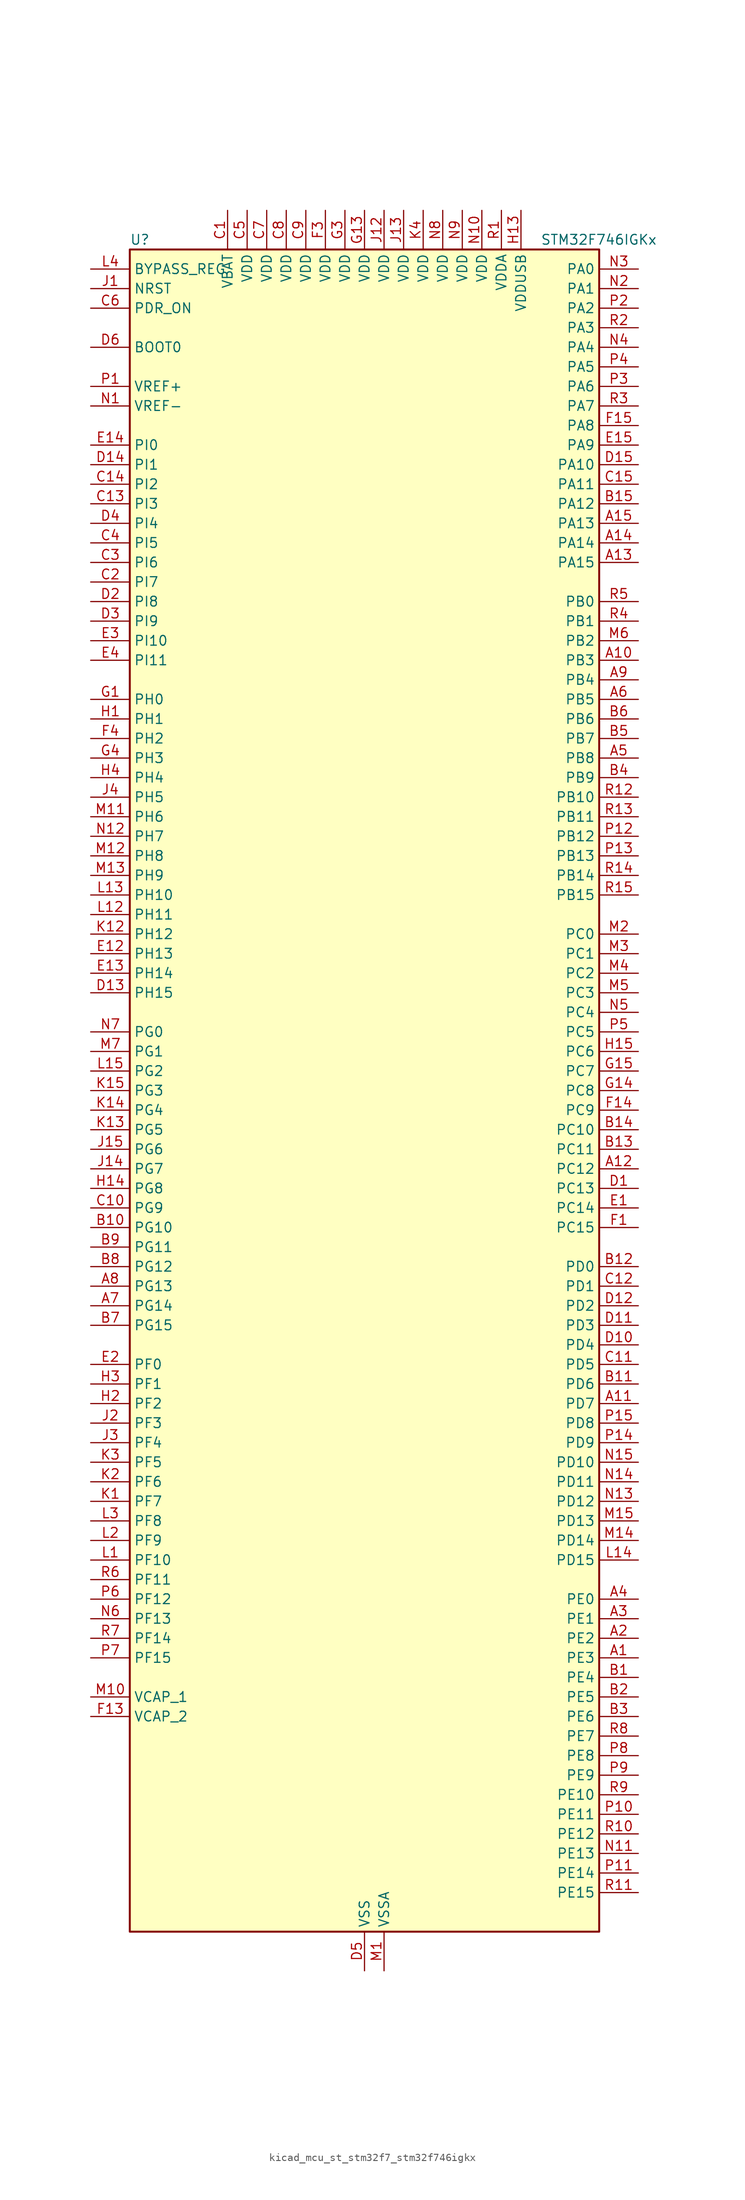
<source format=kicad_sym>
(kicad_symbol_lib
  (version 20220914)
  (generator kicad_symbol_editor)
  (symbol "kicad_mcu_st_stm32f7_stm32f746igkx"
    (property "Reference" "U"
      (at -30.48 110.49 0)
      (effects (font (size 1.27 1.27)) (justify left)))
    (property "Value" "STM32F746IGKx"
      (at 22.86 110.49 0)
      (effects (font (size 1.27 1.27)) (justify left)))
    (property "ki_locked" ""
      (at 0 0 0)
      (effects (font (size 1.27 1.27))))
    (symbol "kicad_mcu_st_stm32f7_stm32f746igkx_0_1"
      (rectangle (start -30.48 -109.22) (end 30.48 109.22) (stroke (width 0.254) (type default)) (fill (type background))))
    (symbol "kicad_mcu_st_stm32f7_stm32f746igkx_1_1"
      (pin bidirectional line (at 35.56 -73.66 180) (length 5.08) (name "PE3" (effects (font (size 1.27 1.27)))) (number "A1" (effects (font (size 1.27 1.27)))) (alternate "FMC_A19" bidirectional line) (alternate "SAI1_SD_B" bidirectional line) (alternate "SYS_TRACED0" bidirectional line))
      (pin bidirectional line (at 35.56 55.88 180) (length 5.08) (name "PB3" (effects (font (size 1.27 1.27)))) (number "A10" (effects (font (size 1.27 1.27)))) (alternate "I2S1_CK" bidirectional line) (alternate "I2S3_CK" bidirectional line) (alternate "SPI1_SCK" bidirectional line) (alternate "SPI3_SCK" bidirectional line) (alternate "SYS_JTDO-SWO" bidirectional line) (alternate "TIM2_CH2" bidirectional line))
      (pin bidirectional line (at 35.56 -40.64 180) (length 5.08) (name "PD7" (effects (font (size 1.27 1.27)))) (number "A11" (effects (font (size 1.27 1.27)))) (alternate "FMC_NE1" bidirectional line) (alternate "SPDIFRX_IN0" bidirectional line) (alternate "USART2_CK" bidirectional line))
      (pin bidirectional line (at 35.56 -10.16 180) (length 5.08) (name "PC12" (effects (font (size 1.27 1.27)))) (number "A12" (effects (font (size 1.27 1.27)))) (alternate "DCMI_D9" bidirectional line) (alternate "I2S3_SD" bidirectional line) (alternate "SDMMC1_CK" bidirectional line) (alternate "SPI3_MOSI" bidirectional line) (alternate "SYS_TRACED3" bidirectional line) (alternate "UART5_TX" bidirectional line) (alternate "USART3_CK" bidirectional line))
      (pin bidirectional line (at 35.56 68.58 180) (length 5.08) (name "PA15" (effects (font (size 1.27 1.27)))) (number "A13" (effects (font (size 1.27 1.27)))) (alternate "CEC" bidirectional line) (alternate "I2S1_WS" bidirectional line) (alternate "I2S3_WS" bidirectional line) (alternate "SPI1_NSS" bidirectional line) (alternate "SPI3_NSS" bidirectional line) (alternate "SYS_JTDI" bidirectional line) (alternate "TIM2_CH1" bidirectional line) (alternate "TIM2_ETR" bidirectional line) (alternate "UART4_DE" bidirectional line) (alternate "UART4_RTS" bidirectional line))
      (pin bidirectional line (at 35.56 71.12 180) (length 5.08) (name "PA14" (effects (font (size 1.27 1.27)))) (number "A14" (effects (font (size 1.27 1.27)))) (alternate "SYS_JTCK-SWCLK" bidirectional line))
      (pin bidirectional line (at 35.56 73.66 180) (length 5.08) (name "PA13" (effects (font (size 1.27 1.27)))) (number "A15" (effects (font (size 1.27 1.27)))) (alternate "SYS_JTMS-SWDIO" bidirectional line))
      (pin bidirectional line (at 35.56 -71.12 180) (length 5.08) (name "PE2" (effects (font (size 1.27 1.27)))) (number "A2" (effects (font (size 1.27 1.27)))) (alternate "ETH_TXD3" bidirectional line) (alternate "FMC_A23" bidirectional line) (alternate "QUADSPI_BK1_IO2" bidirectional line) (alternate "SAI1_MCLK_A" bidirectional line) (alternate "SPI4_SCK" bidirectional line) (alternate "SYS_TRACECLK" bidirectional line))
      (pin bidirectional line (at 35.56 -68.58 180) (length 5.08) (name "PE1" (effects (font (size 1.27 1.27)))) (number "A3" (effects (font (size 1.27 1.27)))) (alternate "DCMI_D3" bidirectional line) (alternate "FMC_NBL1" bidirectional line) (alternate "LPTIM1_IN2" bidirectional line) (alternate "UART8_TX" bidirectional line))
      (pin bidirectional line (at 35.56 -66.04 180) (length 5.08) (name "PE0" (effects (font (size 1.27 1.27)))) (number "A4" (effects (font (size 1.27 1.27)))) (alternate "DCMI_D2" bidirectional line) (alternate "FMC_NBL0" bidirectional line) (alternate "LPTIM1_ETR" bidirectional line) (alternate "SAI2_MCLK_A" bidirectional line) (alternate "TIM4_ETR" bidirectional line) (alternate "UART8_RX" bidirectional line))
      (pin bidirectional line (at 35.56 43.18 180) (length 5.08) (name "PB8" (effects (font (size 1.27 1.27)))) (number "A5" (effects (font (size 1.27 1.27)))) (alternate "CAN1_RX" bidirectional line) (alternate "DCMI_D6" bidirectional line) (alternate "ETH_TXD3" bidirectional line) (alternate "I2C1_SCL" bidirectional line) (alternate "LTDC_B6" bidirectional line) (alternate "SDMMC1_D4" bidirectional line) (alternate "TIM10_CH1" bidirectional line) (alternate "TIM4_CH3" bidirectional line))
      (pin bidirectional line (at 35.56 50.8 180) (length 5.08) (name "PB5" (effects (font (size 1.27 1.27)))) (number "A6" (effects (font (size 1.27 1.27)))) (alternate "CAN2_RX" bidirectional line) (alternate "DCMI_D10" bidirectional line) (alternate "ETH_PPS_OUT" bidirectional line) (alternate "FMC_SDCKE1" bidirectional line) (alternate "I2C1_SMBA" bidirectional line) (alternate "I2S1_SD" bidirectional line) (alternate "I2S3_SD" bidirectional line) (alternate "SPI1_MOSI" bidirectional line) (alternate "SPI3_MOSI" bidirectional line) (alternate "TIM3_CH2" bidirectional line) (alternate "USB_OTG_HS_ULPI_D7" bidirectional line))
      (pin bidirectional line (at -35.56 -27.94 0) (length 5.08) (name "PG14" (effects (font (size 1.27 1.27)))) (number "A7" (effects (font (size 1.27 1.27)))) (alternate "ETH_TXD1" bidirectional line) (alternate "FMC_A25" bidirectional line) (alternate "LPTIM1_ETR" bidirectional line) (alternate "LTDC_B0" bidirectional line) (alternate "QUADSPI_BK2_IO3" bidirectional line) (alternate "SPI6_MOSI" bidirectional line) (alternate "SYS_TRACED1" bidirectional line) (alternate "USART6_TX" bidirectional line))
      (pin bidirectional line (at -35.56 -25.4 0) (length 5.08) (name "PG13" (effects (font (size 1.27 1.27)))) (number "A8" (effects (font (size 1.27 1.27)))) (alternate "ETH_TXD0" bidirectional line) (alternate "FMC_A24" bidirectional line) (alternate "LPTIM1_OUT" bidirectional line) (alternate "LTDC_R0" bidirectional line) (alternate "SPI6_SCK" bidirectional line) (alternate "SYS_TRACED0" bidirectional line) (alternate "USART6_CTS" bidirectional line))
      (pin bidirectional line (at 35.56 53.34 180) (length 5.08) (name "PB4" (effects (font (size 1.27 1.27)))) (number "A9" (effects (font (size 1.27 1.27)))) (alternate "I2S2_WS" bidirectional line) (alternate "SPI1_MISO" bidirectional line) (alternate "SPI2_NSS" bidirectional line) (alternate "SPI3_MISO" bidirectional line) (alternate "SYS_JTRST" bidirectional line) (alternate "TIM3_CH1" bidirectional line))
      (pin bidirectional line (at 35.56 -76.2 180) (length 5.08) (name "PE4" (effects (font (size 1.27 1.27)))) (number "B1" (effects (font (size 1.27 1.27)))) (alternate "DCMI_D4" bidirectional line) (alternate "FMC_A20" bidirectional line) (alternate "LTDC_B0" bidirectional line) (alternate "SAI1_FS_A" bidirectional line) (alternate "SPI4_NSS" bidirectional line) (alternate "SYS_TRACED1" bidirectional line))
      (pin bidirectional line (at -35.56 -17.78 0) (length 5.08) (name "PG10" (effects (font (size 1.27 1.27)))) (number "B10" (effects (font (size 1.27 1.27)))) (alternate "DCMI_D2" bidirectional line) (alternate "FMC_NE3" bidirectional line) (alternate "LTDC_B2" bidirectional line) (alternate "LTDC_G3" bidirectional line) (alternate "SAI2_SD_B" bidirectional line))
      (pin bidirectional line (at 35.56 -38.1 180) (length 5.08) (name "PD6" (effects (font (size 1.27 1.27)))) (number "B11" (effects (font (size 1.27 1.27)))) (alternate "DCMI_D10" bidirectional line) (alternate "FMC_NWAIT" bidirectional line) (alternate "I2S3_SD" bidirectional line) (alternate "LTDC_B2" bidirectional line) (alternate "SAI1_SD_A" bidirectional line) (alternate "SPI3_MOSI" bidirectional line) (alternate "USART2_RX" bidirectional line))
      (pin bidirectional line (at 35.56 -22.86 180) (length 5.08) (name "PD0" (effects (font (size 1.27 1.27)))) (number "B12" (effects (font (size 1.27 1.27)))) (alternate "CAN1_RX" bidirectional line) (alternate "FMC_D2" bidirectional line) (alternate "FMC_DA2" bidirectional line))
      (pin bidirectional line (at 35.56 -7.62 180) (length 5.08) (name "PC11" (effects (font (size 1.27 1.27)))) (number "B13" (effects (font (size 1.27 1.27)))) (alternate "ADC1_EXTI11" bidirectional line) (alternate "ADC2_EXTI11" bidirectional line) (alternate "ADC3_EXTI11" bidirectional line) (alternate "DCMI_D4" bidirectional line) (alternate "QUADSPI_BK2_NCS" bidirectional line) (alternate "SDMMC1_D3" bidirectional line) (alternate "SPI3_MISO" bidirectional line) (alternate "UART4_RX" bidirectional line) (alternate "USART3_RX" bidirectional line))
      (pin bidirectional line (at 35.56 -5.08 180) (length 5.08) (name "PC10" (effects (font (size 1.27 1.27)))) (number "B14" (effects (font (size 1.27 1.27)))) (alternate "DCMI_D8" bidirectional line) (alternate "I2S3_CK" bidirectional line) (alternate "LTDC_R2" bidirectional line) (alternate "QUADSPI_BK1_IO1" bidirectional line) (alternate "SDMMC1_D2" bidirectional line) (alternate "SPI3_SCK" bidirectional line) (alternate "UART4_TX" bidirectional line) (alternate "USART3_TX" bidirectional line))
      (pin bidirectional line (at 35.56 76.2 180) (length 5.08) (name "PA12" (effects (font (size 1.27 1.27)))) (number "B15" (effects (font (size 1.27 1.27)))) (alternate "CAN1_TX" bidirectional line) (alternate "LTDC_R5" bidirectional line) (alternate "SAI2_FS_B" bidirectional line) (alternate "TIM1_ETR" bidirectional line) (alternate "USART1_DE" bidirectional line) (alternate "USART1_RTS" bidirectional line) (alternate "USB_OTG_FS_DP" bidirectional line))
      (pin bidirectional line (at 35.56 -78.74 180) (length 5.08) (name "PE5" (effects (font (size 1.27 1.27)))) (number "B2" (effects (font (size 1.27 1.27)))) (alternate "DCMI_D6" bidirectional line) (alternate "FMC_A21" bidirectional line) (alternate "LTDC_G0" bidirectional line) (alternate "SAI1_SCK_A" bidirectional line) (alternate "SPI4_MISO" bidirectional line) (alternate "SYS_TRACED2" bidirectional line) (alternate "TIM9_CH1" bidirectional line))
      (pin bidirectional line (at 35.56 -81.28 180) (length 5.08) (name "PE6" (effects (font (size 1.27 1.27)))) (number "B3" (effects (font (size 1.27 1.27)))) (alternate "DCMI_D7" bidirectional line) (alternate "FMC_A22" bidirectional line) (alternate "LTDC_G1" bidirectional line) (alternate "SAI1_SD_A" bidirectional line) (alternate "SAI2_MCLK_B" bidirectional line) (alternate "SPI4_MOSI" bidirectional line) (alternate "SYS_TRACED3" bidirectional line) (alternate "TIM1_BKIN2" bidirectional line) (alternate "TIM9_CH2" bidirectional line))
      (pin bidirectional line (at 35.56 40.64 180) (length 5.08) (name "PB9" (effects (font (size 1.27 1.27)))) (number "B4" (effects (font (size 1.27 1.27)))) (alternate "CAN1_TX" bidirectional line) (alternate "DAC_EXTI9" bidirectional line) (alternate "DCMI_D7" bidirectional line) (alternate "I2C1_SDA" bidirectional line) (alternate "I2S2_WS" bidirectional line) (alternate "LTDC_B7" bidirectional line) (alternate "SDMMC1_D5" bidirectional line) (alternate "SPI2_NSS" bidirectional line) (alternate "TIM11_CH1" bidirectional line) (alternate "TIM4_CH4" bidirectional line))
      (pin bidirectional line (at 35.56 45.72 180) (length 5.08) (name "PB7" (effects (font (size 1.27 1.27)))) (number "B5" (effects (font (size 1.27 1.27)))) (alternate "DCMI_VSYNC" bidirectional line) (alternate "FMC_NL" bidirectional line) (alternate "I2C1_SDA" bidirectional line) (alternate "TIM4_CH2" bidirectional line) (alternate "USART1_RX" bidirectional line))
      (pin bidirectional line (at 35.56 48.26 180) (length 5.08) (name "PB6" (effects (font (size 1.27 1.27)))) (number "B6" (effects (font (size 1.27 1.27)))) (alternate "CAN2_TX" bidirectional line) (alternate "CEC" bidirectional line) (alternate "DCMI_D5" bidirectional line) (alternate "FMC_SDNE1" bidirectional line) (alternate "I2C1_SCL" bidirectional line) (alternate "QUADSPI_BK1_NCS" bidirectional line) (alternate "TIM4_CH1" bidirectional line) (alternate "USART1_TX" bidirectional line))
      (pin bidirectional line (at -35.56 -30.48 0) (length 5.08) (name "PG15" (effects (font (size 1.27 1.27)))) (number "B7" (effects (font (size 1.27 1.27)))) (alternate "DCMI_D13" bidirectional line) (alternate "FMC_SDNCAS" bidirectional line) (alternate "USART6_CTS" bidirectional line))
      (pin bidirectional line (at -35.56 -22.86 0) (length 5.08) (name "PG12" (effects (font (size 1.27 1.27)))) (number "B8" (effects (font (size 1.27 1.27)))) (alternate "FMC_NE4" bidirectional line) (alternate "LPTIM1_IN1" bidirectional line) (alternate "LTDC_B1" bidirectional line) (alternate "LTDC_B4" bidirectional line) (alternate "SPDIFRX_IN1" bidirectional line) (alternate "SPI6_MISO" bidirectional line) (alternate "USART6_DE" bidirectional line) (alternate "USART6_RTS" bidirectional line))
      (pin bidirectional line (at -35.56 -20.32 0) (length 5.08) (name "PG11" (effects (font (size 1.27 1.27)))) (number "B9" (effects (font (size 1.27 1.27)))) (alternate "ADC1_EXTI11" bidirectional line) (alternate "ADC2_EXTI11" bidirectional line) (alternate "ADC3_EXTI11" bidirectional line) (alternate "DCMI_D3" bidirectional line) (alternate "ETH_TX_EN" bidirectional line) (alternate "LTDC_B3" bidirectional line) (alternate "SPDIFRX_IN0" bidirectional line))
      (pin power_in line (at -17.78 114.3 270) (length 5.08) (name "VBAT" (effects (font (size 1.27 1.27)))) (number "C1" (effects (font (size 1.27 1.27)))))
      (pin bidirectional line (at -35.56 -15.24 0) (length 5.08) (name "PG9" (effects (font (size 1.27 1.27)))) (number "C10" (effects (font (size 1.27 1.27)))) (alternate "DAC_EXTI9" bidirectional line) (alternate "DCMI_VSYNC" bidirectional line) (alternate "FMC_NCE" bidirectional line) (alternate "FMC_NE2" bidirectional line) (alternate "QUADSPI_BK2_IO2" bidirectional line) (alternate "SAI2_FS_B" bidirectional line) (alternate "SPDIFRX_IN3" bidirectional line) (alternate "USART6_RX" bidirectional line))
      (pin bidirectional line (at 35.56 -35.56 180) (length 5.08) (name "PD5" (effects (font (size 1.27 1.27)))) (number "C11" (effects (font (size 1.27 1.27)))) (alternate "FMC_NWE" bidirectional line) (alternate "USART2_TX" bidirectional line))
      (pin bidirectional line (at 35.56 -25.4 180) (length 5.08) (name "PD1" (effects (font (size 1.27 1.27)))) (number "C12" (effects (font (size 1.27 1.27)))) (alternate "CAN1_TX" bidirectional line) (alternate "FMC_D3" bidirectional line) (alternate "FMC_DA3" bidirectional line))
      (pin bidirectional line (at -35.56 76.2 0) (length 5.08) (name "PI3" (effects (font (size 1.27 1.27)))) (number "C13" (effects (font (size 1.27 1.27)))) (alternate "DCMI_D10" bidirectional line) (alternate "FMC_D27" bidirectional line) (alternate "I2S2_SD" bidirectional line) (alternate "SPI2_MOSI" bidirectional line) (alternate "TIM8_ETR" bidirectional line))
      (pin bidirectional line (at -35.56 78.74 0) (length 5.08) (name "PI2" (effects (font (size 1.27 1.27)))) (number "C14" (effects (font (size 1.27 1.27)))) (alternate "DCMI_D9" bidirectional line) (alternate "FMC_D26" bidirectional line) (alternate "LTDC_G7" bidirectional line) (alternate "SPI2_MISO" bidirectional line) (alternate "TIM8_CH4" bidirectional line))
      (pin bidirectional line (at 35.56 78.74 180) (length 5.08) (name "PA11" (effects (font (size 1.27 1.27)))) (number "C15" (effects (font (size 1.27 1.27)))) (alternate "ADC1_EXTI11" bidirectional line) (alternate "ADC2_EXTI11" bidirectional line) (alternate "ADC3_EXTI11" bidirectional line) (alternate "CAN1_RX" bidirectional line) (alternate "LTDC_R4" bidirectional line) (alternate "TIM1_CH4" bidirectional line) (alternate "USART1_CTS" bidirectional line) (alternate "USB_OTG_FS_DM" bidirectional line))
      (pin bidirectional line (at -35.56 66.04 0) (length 5.08) (name "PI7" (effects (font (size 1.27 1.27)))) (number "C2" (effects (font (size 1.27 1.27)))) (alternate "DCMI_D7" bidirectional line) (alternate "FMC_D29" bidirectional line) (alternate "LTDC_B7" bidirectional line) (alternate "SAI2_FS_A" bidirectional line) (alternate "TIM8_CH3" bidirectional line))
      (pin bidirectional line (at -35.56 68.58 0) (length 5.08) (name "PI6" (effects (font (size 1.27 1.27)))) (number "C3" (effects (font (size 1.27 1.27)))) (alternate "DCMI_D6" bidirectional line) (alternate "FMC_D28" bidirectional line) (alternate "LTDC_B6" bidirectional line) (alternate "SAI2_SD_A" bidirectional line) (alternate "TIM8_CH2" bidirectional line))
      (pin bidirectional line (at -35.56 71.12 0) (length 5.08) (name "PI5" (effects (font (size 1.27 1.27)))) (number "C4" (effects (font (size 1.27 1.27)))) (alternate "DCMI_VSYNC" bidirectional line) (alternate "FMC_NBL3" bidirectional line) (alternate "LTDC_B5" bidirectional line) (alternate "SAI2_SCK_A" bidirectional line) (alternate "TIM8_CH1" bidirectional line))
      (pin power_in line (at -15.24 114.3 270) (length 5.08) (name "VDD" (effects (font (size 1.27 1.27)))) (number "C5" (effects (font (size 1.27 1.27)))))
      (pin input line (at -35.56 101.6 0) (length 5.08) (name "PDR_ON" (effects (font (size 1.27 1.27)))) (number "C6" (effects (font (size 1.27 1.27)))))
      (pin power_in line (at -12.7 114.3 270) (length 5.08) (name "VDD" (effects (font (size 1.27 1.27)))) (number "C7" (effects (font (size 1.27 1.27)))))
      (pin power_in line (at -10.16 114.3 270) (length 5.08) (name "VDD" (effects (font (size 1.27 1.27)))) (number "C8" (effects (font (size 1.27 1.27)))))
      (pin power_in line (at -7.62 114.3 270) (length 5.08) (name "VDD" (effects (font (size 1.27 1.27)))) (number "C9" (effects (font (size 1.27 1.27)))))
      (pin bidirectional line (at 35.56 -12.7 180) (length 5.08) (name "PC13" (effects (font (size 1.27 1.27)))) (number "D1" (effects (font (size 1.27 1.27)))) (alternate "RTC_OUT" bidirectional line) (alternate "RTC_TAMP1" bidirectional line) (alternate "RTC_TS" bidirectional line) (alternate "SYS_WKUP4" bidirectional line))
      (pin bidirectional line (at 35.56 -33.02 180) (length 5.08) (name "PD4" (effects (font (size 1.27 1.27)))) (number "D10" (effects (font (size 1.27 1.27)))) (alternate "FMC_NOE" bidirectional line) (alternate "USART2_DE" bidirectional line) (alternate "USART2_RTS" bidirectional line))
      (pin bidirectional line (at 35.56 -30.48 180) (length 5.08) (name "PD3" (effects (font (size 1.27 1.27)))) (number "D11" (effects (font (size 1.27 1.27)))) (alternate "DCMI_D5" bidirectional line) (alternate "FMC_CLK" bidirectional line) (alternate "I2S2_CK" bidirectional line) (alternate "LTDC_G7" bidirectional line) (alternate "SPI2_SCK" bidirectional line) (alternate "USART2_CTS" bidirectional line))
      (pin bidirectional line (at 35.56 -27.94 180) (length 5.08) (name "PD2" (effects (font (size 1.27 1.27)))) (number "D12" (effects (font (size 1.27 1.27)))) (alternate "DCMI_D11" bidirectional line) (alternate "SDMMC1_CMD" bidirectional line) (alternate "SYS_TRACED2" bidirectional line) (alternate "TIM3_ETR" bidirectional line) (alternate "UART5_RX" bidirectional line))
      (pin bidirectional line (at -35.56 12.7 0) (length 5.08) (name "PH15" (effects (font (size 1.27 1.27)))) (number "D13" (effects (font (size 1.27 1.27)))) (alternate "DCMI_D11" bidirectional line) (alternate "FMC_D23" bidirectional line) (alternate "LTDC_G4" bidirectional line) (alternate "TIM8_CH3N" bidirectional line))
      (pin bidirectional line (at -35.56 81.28 0) (length 5.08) (name "PI1" (effects (font (size 1.27 1.27)))) (number "D14" (effects (font (size 1.27 1.27)))) (alternate "DCMI_D8" bidirectional line) (alternate "FMC_D25" bidirectional line) (alternate "I2S2_CK" bidirectional line) (alternate "LTDC_G6" bidirectional line) (alternate "SPI2_SCK" bidirectional line) (alternate "TIM8_BKIN2" bidirectional line))
      (pin bidirectional line (at 35.56 81.28 180) (length 5.08) (name "PA10" (effects (font (size 1.27 1.27)))) (number "D15" (effects (font (size 1.27 1.27)))) (alternate "DCMI_D1" bidirectional line) (alternate "TIM1_CH3" bidirectional line) (alternate "USART1_RX" bidirectional line) (alternate "USB_OTG_FS_ID" bidirectional line))
      (pin bidirectional line (at -35.56 63.5 0) (length 5.08) (name "PI8" (effects (font (size 1.27 1.27)))) (number "D2" (effects (font (size 1.27 1.27)))) (alternate "RTC_TAMP2" bidirectional line) (alternate "RTC_TS" bidirectional line) (alternate "SYS_WKUP5" bidirectional line))
      (pin bidirectional line (at -35.56 60.96 0) (length 5.08) (name "PI9" (effects (font (size 1.27 1.27)))) (number "D3" (effects (font (size 1.27 1.27)))) (alternate "CAN1_RX" bidirectional line) (alternate "DAC_EXTI9" bidirectional line) (alternate "FMC_D30" bidirectional line) (alternate "LTDC_VSYNC" bidirectional line))
      (pin bidirectional line (at -35.56 73.66 0) (length 5.08) (name "PI4" (effects (font (size 1.27 1.27)))) (number "D4" (effects (font (size 1.27 1.27)))) (alternate "DCMI_D5" bidirectional line) (alternate "FMC_NBL2" bidirectional line) (alternate "LTDC_B4" bidirectional line) (alternate "SAI2_MCLK_A" bidirectional line) (alternate "TIM8_BKIN" bidirectional line))
      (pin power_in line (at 0 -114.3 90) (length 5.08) (name "VSS" (effects (font (size 1.27 1.27)))) (number "D5" (effects (font (size 1.27 1.27)))))
      (pin input line (at -35.56 96.52 0) (length 5.08) (name "BOOT0" (effects (font (size 1.27 1.27)))) (number "D6" (effects (font (size 1.27 1.27)))))
      (pin passive line (at 0 -114.3 90) (length 5.08) hide (name "VSS" (effects (font (size 1.27 1.27)))) (number "D7" (effects (font (size 1.27 1.27)))))
      (pin passive line (at 0 -114.3 90) (length 5.08) hide (name "VSS" (effects (font (size 1.27 1.27)))) (number "D8" (effects (font (size 1.27 1.27)))))
      (pin passive line (at 0 -114.3 90) (length 5.08) hide (name "VSS" (effects (font (size 1.27 1.27)))) (number "D9" (effects (font (size 1.27 1.27)))))
      (pin bidirectional line (at 35.56 -15.24 180) (length 5.08) (name "PC14" (effects (font (size 1.27 1.27)))) (number "E1" (effects (font (size 1.27 1.27)))) (alternate "RCC_OSC32_IN" bidirectional line))
      (pin bidirectional line (at -35.56 17.78 0) (length 5.08) (name "PH13" (effects (font (size 1.27 1.27)))) (number "E12" (effects (font (size 1.27 1.27)))) (alternate "CAN1_TX" bidirectional line) (alternate "FMC_D21" bidirectional line) (alternate "LTDC_G2" bidirectional line) (alternate "TIM8_CH1N" bidirectional line))
      (pin bidirectional line (at -35.56 15.24 0) (length 5.08) (name "PH14" (effects (font (size 1.27 1.27)))) (number "E13" (effects (font (size 1.27 1.27)))) (alternate "DCMI_D4" bidirectional line) (alternate "FMC_D22" bidirectional line) (alternate "LTDC_G3" bidirectional line) (alternate "TIM8_CH2N" bidirectional line))
      (pin bidirectional line (at -35.56 83.82 0) (length 5.08) (name "PI0" (effects (font (size 1.27 1.27)))) (number "E14" (effects (font (size 1.27 1.27)))) (alternate "DCMI_D13" bidirectional line) (alternate "FMC_D24" bidirectional line) (alternate "I2S2_WS" bidirectional line) (alternate "LTDC_G5" bidirectional line) (alternate "SPI2_NSS" bidirectional line) (alternate "TIM5_CH4" bidirectional line))
      (pin bidirectional line (at 35.56 83.82 180) (length 5.08) (name "PA9" (effects (font (size 1.27 1.27)))) (number "E15" (effects (font (size 1.27 1.27)))) (alternate "DAC_EXTI9" bidirectional line) (alternate "DCMI_D0" bidirectional line) (alternate "I2C3_SMBA" bidirectional line) (alternate "I2S2_CK" bidirectional line) (alternate "SPI2_SCK" bidirectional line) (alternate "TIM1_CH2" bidirectional line) (alternate "USART1_TX" bidirectional line) (alternate "USB_OTG_FS_VBUS" bidirectional line))
      (pin bidirectional line (at -35.56 -35.56 0) (length 5.08) (name "PF0" (effects (font (size 1.27 1.27)))) (number "E2" (effects (font (size 1.27 1.27)))) (alternate "FMC_A0" bidirectional line) (alternate "I2C2_SDA" bidirectional line))
      (pin bidirectional line (at -35.56 58.42 0) (length 5.08) (name "PI10" (effects (font (size 1.27 1.27)))) (number "E3" (effects (font (size 1.27 1.27)))) (alternate "ETH_RX_ER" bidirectional line) (alternate "FMC_D31" bidirectional line) (alternate "LTDC_HSYNC" bidirectional line))
      (pin bidirectional line (at -35.56 55.88 0) (length 5.08) (name "PI11" (effects (font (size 1.27 1.27)))) (number "E4" (effects (font (size 1.27 1.27)))) (alternate "ADC1_EXTI11" bidirectional line) (alternate "ADC2_EXTI11" bidirectional line) (alternate "ADC3_EXTI11" bidirectional line) (alternate "SYS_WKUP6" bidirectional line) (alternate "USB_OTG_HS_ULPI_DIR" bidirectional line))
      (pin bidirectional line (at 35.56 -17.78 180) (length 5.08) (name "PC15" (effects (font (size 1.27 1.27)))) (number "F1" (effects (font (size 1.27 1.27)))) (alternate "RCC_OSC32_OUT" bidirectional line))
      (pin passive line (at 0 -114.3 90) (length 5.08) hide (name "VSS" (effects (font (size 1.27 1.27)))) (number "F10" (effects (font (size 1.27 1.27)))))
      (pin passive line (at 0 -114.3 90) (length 5.08) hide (name "VSS" (effects (font (size 1.27 1.27)))) (number "F12" (effects (font (size 1.27 1.27)))))
      (pin power_out line (at -35.56 -81.28 0) (length 5.08) (name "VCAP_2" (effects (font (size 1.27 1.27)))) (number "F13" (effects (font (size 1.27 1.27)))))
      (pin bidirectional line (at 35.56 -2.54 180) (length 5.08) (name "PC9" (effects (font (size 1.27 1.27)))) (number "F14" (effects (font (size 1.27 1.27)))) (alternate "DAC_EXTI9" bidirectional line) (alternate "DCMI_D3" bidirectional line) (alternate "I2C3_SDA" bidirectional line) (alternate "I2S_CKIN" bidirectional line) (alternate "QUADSPI_BK1_IO0" bidirectional line) (alternate "RCC_MCO_2" bidirectional line) (alternate "SDMMC1_D1" bidirectional line) (alternate "TIM3_CH4" bidirectional line) (alternate "TIM8_CH4" bidirectional line) (alternate "UART5_CTS" bidirectional line))
      (pin bidirectional line (at 35.56 86.36 180) (length 5.08) (name "PA8" (effects (font (size 1.27 1.27)))) (number "F15" (effects (font (size 1.27 1.27)))) (alternate "I2C3_SCL" bidirectional line) (alternate "LTDC_R6" bidirectional line) (alternate "RCC_MCO_1" bidirectional line) (alternate "TIM1_CH1" bidirectional line) (alternate "TIM8_BKIN2" bidirectional line) (alternate "USART1_CK" bidirectional line) (alternate "USB_OTG_FS_SOF" bidirectional line))
      (pin passive line (at 0 -114.3 90) (length 5.08) hide (name "VSS" (effects (font (size 1.27 1.27)))) (number "F2" (effects (font (size 1.27 1.27)))))
      (pin power_in line (at -5.08 114.3 270) (length 5.08) (name "VDD" (effects (font (size 1.27 1.27)))) (number "F3" (effects (font (size 1.27 1.27)))))
      (pin bidirectional line (at -35.56 45.72 0) (length 5.08) (name "PH2" (effects (font (size 1.27 1.27)))) (number "F4" (effects (font (size 1.27 1.27)))) (alternate "ETH_CRS" bidirectional line) (alternate "FMC_SDCKE0" bidirectional line) (alternate "LPTIM1_IN2" bidirectional line) (alternate "LTDC_R0" bidirectional line) (alternate "QUADSPI_BK2_IO0" bidirectional line) (alternate "SAI2_SCK_B" bidirectional line))
      (pin passive line (at 0 -114.3 90) (length 5.08) hide (name "VSS" (effects (font (size 1.27 1.27)))) (number "F6" (effects (font (size 1.27 1.27)))))
      (pin passive line (at 0 -114.3 90) (length 5.08) hide (name "VSS" (effects (font (size 1.27 1.27)))) (number "F7" (effects (font (size 1.27 1.27)))))
      (pin passive line (at 0 -114.3 90) (length 5.08) hide (name "VSS" (effects (font (size 1.27 1.27)))) (number "F8" (effects (font (size 1.27 1.27)))))
      (pin passive line (at 0 -114.3 90) (length 5.08) hide (name "VSS" (effects (font (size 1.27 1.27)))) (number "F9" (effects (font (size 1.27 1.27)))))
      (pin bidirectional line (at -35.56 50.8 0) (length 5.08) (name "PH0" (effects (font (size 1.27 1.27)))) (number "G1" (effects (font (size 1.27 1.27)))) (alternate "RCC_OSC_IN" bidirectional line))
      (pin passive line (at 0 -114.3 90) (length 5.08) hide (name "VSS" (effects (font (size 1.27 1.27)))) (number "G10" (effects (font (size 1.27 1.27)))))
      (pin passive line (at 0 -114.3 90) (length 5.08) hide (name "VSS" (effects (font (size 1.27 1.27)))) (number "G12" (effects (font (size 1.27 1.27)))))
      (pin power_in line (at 0 114.3 270) (length 5.08) (name "VDD" (effects (font (size 1.27 1.27)))) (number "G13" (effects (font (size 1.27 1.27)))))
      (pin bidirectional line (at 35.56 0 180) (length 5.08) (name "PC8" (effects (font (size 1.27 1.27)))) (number "G14" (effects (font (size 1.27 1.27)))) (alternate "DCMI_D2" bidirectional line) (alternate "SDMMC1_D0" bidirectional line) (alternate "SYS_TRACED1" bidirectional line) (alternate "TIM3_CH3" bidirectional line) (alternate "TIM8_CH3" bidirectional line) (alternate "UART5_DE" bidirectional line) (alternate "UART5_RTS" bidirectional line) (alternate "USART6_CK" bidirectional line))
      (pin bidirectional line (at 35.56 2.54 180) (length 5.08) (name "PC7" (effects (font (size 1.27 1.27)))) (number "G15" (effects (font (size 1.27 1.27)))) (alternate "DCMI_D1" bidirectional line) (alternate "I2S3_MCK" bidirectional line) (alternate "LTDC_G6" bidirectional line) (alternate "SDMMC1_D7" bidirectional line) (alternate "TIM3_CH2" bidirectional line) (alternate "TIM8_CH2" bidirectional line) (alternate "USART6_RX" bidirectional line))
      (pin passive line (at 0 -114.3 90) (length 5.08) hide (name "VSS" (effects (font (size 1.27 1.27)))) (number "G2" (effects (font (size 1.27 1.27)))))
      (pin power_in line (at -2.54 114.3 270) (length 5.08) (name "VDD" (effects (font (size 1.27 1.27)))) (number "G3" (effects (font (size 1.27 1.27)))))
      (pin bidirectional line (at -35.56 43.18 0) (length 5.08) (name "PH3" (effects (font (size 1.27 1.27)))) (number "G4" (effects (font (size 1.27 1.27)))) (alternate "ETH_COL" bidirectional line) (alternate "FMC_SDNE0" bidirectional line) (alternate "LTDC_R1" bidirectional line) (alternate "QUADSPI_BK2_IO1" bidirectional line) (alternate "SAI2_MCLK_B" bidirectional line))
      (pin passive line (at 0 -114.3 90) (length 5.08) hide (name "VSS" (effects (font (size 1.27 1.27)))) (number "G6" (effects (font (size 1.27 1.27)))))
      (pin passive line (at 0 -114.3 90) (length 5.08) hide (name "VSS" (effects (font (size 1.27 1.27)))) (number "G7" (effects (font (size 1.27 1.27)))))
      (pin passive line (at 0 -114.3 90) (length 5.08) hide (name "VSS" (effects (font (size 1.27 1.27)))) (number "G8" (effects (font (size 1.27 1.27)))))
      (pin passive line (at 0 -114.3 90) (length 5.08) hide (name "VSS" (effects (font (size 1.27 1.27)))) (number "G9" (effects (font (size 1.27 1.27)))))
      (pin bidirectional line (at -35.56 48.26 0) (length 5.08) (name "PH1" (effects (font (size 1.27 1.27)))) (number "H1" (effects (font (size 1.27 1.27)))) (alternate "RCC_OSC_OUT" bidirectional line))
      (pin passive line (at 0 -114.3 90) (length 5.08) hide (name "VSS" (effects (font (size 1.27 1.27)))) (number "H10" (effects (font (size 1.27 1.27)))))
      (pin passive line (at 0 -114.3 90) (length 5.08) hide (name "VSS" (effects (font (size 1.27 1.27)))) (number "H12" (effects (font (size 1.27 1.27)))))
      (pin power_in line (at 20.32 114.3 270) (length 5.08) (name "VDDUSB" (effects (font (size 1.27 1.27)))) (number "H13" (effects (font (size 1.27 1.27)))))
      (pin bidirectional line (at -35.56 -12.7 0) (length 5.08) (name "PG8" (effects (font (size 1.27 1.27)))) (number "H14" (effects (font (size 1.27 1.27)))) (alternate "ETH_PPS_OUT" bidirectional line) (alternate "FMC_SDCLK" bidirectional line) (alternate "SPDIFRX_IN2" bidirectional line) (alternate "SPI6_NSS" bidirectional line) (alternate "USART6_DE" bidirectional line) (alternate "USART6_RTS" bidirectional line))
      (pin bidirectional line (at 35.56 5.08 180) (length 5.08) (name "PC6" (effects (font (size 1.27 1.27)))) (number "H15" (effects (font (size 1.27 1.27)))) (alternate "DCMI_D0" bidirectional line) (alternate "I2S2_MCK" bidirectional line) (alternate "LTDC_HSYNC" bidirectional line) (alternate "SDMMC1_D6" bidirectional line) (alternate "TIM3_CH1" bidirectional line) (alternate "TIM8_CH1" bidirectional line) (alternate "USART6_TX" bidirectional line))
      (pin bidirectional line (at -35.56 -40.64 0) (length 5.08) (name "PF2" (effects (font (size 1.27 1.27)))) (number "H2" (effects (font (size 1.27 1.27)))) (alternate "FMC_A2" bidirectional line) (alternate "I2C2_SMBA" bidirectional line))
      (pin bidirectional line (at -35.56 -38.1 0) (length 5.08) (name "PF1" (effects (font (size 1.27 1.27)))) (number "H3" (effects (font (size 1.27 1.27)))) (alternate "FMC_A1" bidirectional line) (alternate "I2C2_SCL" bidirectional line))
      (pin bidirectional line (at -35.56 40.64 0) (length 5.08) (name "PH4" (effects (font (size 1.27 1.27)))) (number "H4" (effects (font (size 1.27 1.27)))) (alternate "I2C2_SCL" bidirectional line) (alternate "USB_OTG_HS_ULPI_NXT" bidirectional line))
      (pin passive line (at 0 -114.3 90) (length 5.08) hide (name "VSS" (effects (font (size 1.27 1.27)))) (number "H6" (effects (font (size 1.27 1.27)))))
      (pin passive line (at 0 -114.3 90) (length 5.08) hide (name "VSS" (effects (font (size 1.27 1.27)))) (number "H7" (effects (font (size 1.27 1.27)))))
      (pin passive line (at 0 -114.3 90) (length 5.08) hide (name "VSS" (effects (font (size 1.27 1.27)))) (number "H8" (effects (font (size 1.27 1.27)))))
      (pin passive line (at 0 -114.3 90) (length 5.08) hide (name "VSS" (effects (font (size 1.27 1.27)))) (number "H9" (effects (font (size 1.27 1.27)))))
      (pin input line (at -35.56 104.14 0) (length 5.08) (name "NRST" (effects (font (size 1.27 1.27)))) (number "J1" (effects (font (size 1.27 1.27)))))
      (pin passive line (at 0 -114.3 90) (length 5.08) hide (name "VSS" (effects (font (size 1.27 1.27)))) (number "J10" (effects (font (size 1.27 1.27)))))
      (pin power_in line (at 2.54 114.3 270) (length 5.08) (name "VDD" (effects (font (size 1.27 1.27)))) (number "J12" (effects (font (size 1.27 1.27)))))
      (pin power_in line (at 5.08 114.3 270) (length 5.08) (name "VDD" (effects (font (size 1.27 1.27)))) (number "J13" (effects (font (size 1.27 1.27)))))
      (pin bidirectional line (at -35.56 -10.16 0) (length 5.08) (name "PG7" (effects (font (size 1.27 1.27)))) (number "J14" (effects (font (size 1.27 1.27)))) (alternate "DCMI_D13" bidirectional line) (alternate "FMC_INT" bidirectional line) (alternate "LTDC_CLK" bidirectional line) (alternate "USART6_CK" bidirectional line))
      (pin bidirectional line (at -35.56 -7.62 0) (length 5.08) (name "PG6" (effects (font (size 1.27 1.27)))) (number "J15" (effects (font (size 1.27 1.27)))) (alternate "DCMI_D12" bidirectional line) (alternate "LTDC_R7" bidirectional line))
      (pin bidirectional line (at -35.56 -43.18 0) (length 5.08) (name "PF3" (effects (font (size 1.27 1.27)))) (number "J2" (effects (font (size 1.27 1.27)))) (alternate "ADC3_IN9" bidirectional line) (alternate "FMC_A3" bidirectional line))
      (pin bidirectional line (at -35.56 -45.72 0) (length 5.08) (name "PF4" (effects (font (size 1.27 1.27)))) (number "J3" (effects (font (size 1.27 1.27)))) (alternate "ADC3_IN14" bidirectional line) (alternate "FMC_A4" bidirectional line))
      (pin bidirectional line (at -35.56 38.1 0) (length 5.08) (name "PH5" (effects (font (size 1.27 1.27)))) (number "J4" (effects (font (size 1.27 1.27)))) (alternate "FMC_SDNWE" bidirectional line) (alternate "I2C2_SDA" bidirectional line) (alternate "SPI5_NSS" bidirectional line))
      (pin passive line (at 0 -114.3 90) (length 5.08) hide (name "VSS" (effects (font (size 1.27 1.27)))) (number "J6" (effects (font (size 1.27 1.27)))))
      (pin passive line (at 0 -114.3 90) (length 5.08) hide (name "VSS" (effects (font (size 1.27 1.27)))) (number "J7" (effects (font (size 1.27 1.27)))))
      (pin passive line (at 0 -114.3 90) (length 5.08) hide (name "VSS" (effects (font (size 1.27 1.27)))) (number "J8" (effects (font (size 1.27 1.27)))))
      (pin passive line (at 0 -114.3 90) (length 5.08) hide (name "VSS" (effects (font (size 1.27 1.27)))) (number "J9" (effects (font (size 1.27 1.27)))))
      (pin bidirectional line (at -35.56 -53.34 0) (length 5.08) (name "PF7" (effects (font (size 1.27 1.27)))) (number "K1" (effects (font (size 1.27 1.27)))) (alternate "ADC3_IN5" bidirectional line) (alternate "QUADSPI_BK1_IO2" bidirectional line) (alternate "SAI1_MCLK_B" bidirectional line) (alternate "SPI5_SCK" bidirectional line) (alternate "TIM11_CH1" bidirectional line) (alternate "UART7_TX" bidirectional line))
      (pin passive line (at 0 -114.3 90) (length 5.08) hide (name "VSS" (effects (font (size 1.27 1.27)))) (number "K10" (effects (font (size 1.27 1.27)))))
      (pin bidirectional line (at -35.56 20.32 0) (length 5.08) (name "PH12" (effects (font (size 1.27 1.27)))) (number "K12" (effects (font (size 1.27 1.27)))) (alternate "DCMI_D3" bidirectional line) (alternate "FMC_D20" bidirectional line) (alternate "I2C4_SDA" bidirectional line) (alternate "LTDC_R6" bidirectional line) (alternate "TIM5_CH3" bidirectional line))
      (pin bidirectional line (at -35.56 -5.08 0) (length 5.08) (name "PG5" (effects (font (size 1.27 1.27)))) (number "K13" (effects (font (size 1.27 1.27)))) (alternate "FMC_A15" bidirectional line) (alternate "FMC_BA1" bidirectional line))
      (pin bidirectional line (at -35.56 -2.54 0) (length 5.08) (name "PG4" (effects (font (size 1.27 1.27)))) (number "K14" (effects (font (size 1.27 1.27)))) (alternate "FMC_A14" bidirectional line) (alternate "FMC_BA0" bidirectional line))
      (pin bidirectional line (at -35.56 0 0) (length 5.08) (name "PG3" (effects (font (size 1.27 1.27)))) (number "K15" (effects (font (size 1.27 1.27)))) (alternate "FMC_A13" bidirectional line))
      (pin bidirectional line (at -35.56 -50.8 0) (length 5.08) (name "PF6" (effects (font (size 1.27 1.27)))) (number "K2" (effects (font (size 1.27 1.27)))) (alternate "ADC3_IN4" bidirectional line) (alternate "QUADSPI_BK1_IO3" bidirectional line) (alternate "SAI1_SD_B" bidirectional line) (alternate "SPI5_NSS" bidirectional line) (alternate "TIM10_CH1" bidirectional line) (alternate "UART7_RX" bidirectional line))
      (pin bidirectional line (at -35.56 -48.26 0) (length 5.08) (name "PF5" (effects (font (size 1.27 1.27)))) (number "K3" (effects (font (size 1.27 1.27)))) (alternate "ADC3_IN15" bidirectional line) (alternate "FMC_A5" bidirectional line))
      (pin power_in line (at 7.62 114.3 270) (length 5.08) (name "VDD" (effects (font (size 1.27 1.27)))) (number "K4" (effects (font (size 1.27 1.27)))))
      (pin passive line (at 0 -114.3 90) (length 5.08) hide (name "VSS" (effects (font (size 1.27 1.27)))) (number "K6" (effects (font (size 1.27 1.27)))))
      (pin passive line (at 0 -114.3 90) (length 5.08) hide (name "VSS" (effects (font (size 1.27 1.27)))) (number "K7" (effects (font (size 1.27 1.27)))))
      (pin passive line (at 0 -114.3 90) (length 5.08) hide (name "VSS" (effects (font (size 1.27 1.27)))) (number "K8" (effects (font (size 1.27 1.27)))))
      (pin passive line (at 0 -114.3 90) (length 5.08) hide (name "VSS" (effects (font (size 1.27 1.27)))) (number "K9" (effects (font (size 1.27 1.27)))))
      (pin bidirectional line (at -35.56 -60.96 0) (length 5.08) (name "PF10" (effects (font (size 1.27 1.27)))) (number "L1" (effects (font (size 1.27 1.27)))) (alternate "ADC3_IN8" bidirectional line) (alternate "DCMI_D11" bidirectional line) (alternate "LTDC_DE" bidirectional line))
      (pin bidirectional line (at -35.56 22.86 0) (length 5.08) (name "PH11" (effects (font (size 1.27 1.27)))) (number "L12" (effects (font (size 1.27 1.27)))) (alternate "ADC1_EXTI11" bidirectional line) (alternate "ADC2_EXTI11" bidirectional line) (alternate "ADC3_EXTI11" bidirectional line) (alternate "DCMI_D2" bidirectional line) (alternate "FMC_D19" bidirectional line) (alternate "I2C4_SCL" bidirectional line) (alternate "LTDC_R5" bidirectional line) (alternate "TIM5_CH2" bidirectional line))
      (pin bidirectional line (at -35.56 25.4 0) (length 5.08) (name "PH10" (effects (font (size 1.27 1.27)))) (number "L13" (effects (font (size 1.27 1.27)))) (alternate "DCMI_D1" bidirectional line) (alternate "FMC_D18" bidirectional line) (alternate "I2C4_SMBA" bidirectional line) (alternate "LTDC_R4" bidirectional line) (alternate "TIM5_CH1" bidirectional line))
      (pin bidirectional line (at 35.56 -60.96 180) (length 5.08) (name "PD15" (effects (font (size 1.27 1.27)))) (number "L14" (effects (font (size 1.27 1.27)))) (alternate "FMC_D1" bidirectional line) (alternate "FMC_DA1" bidirectional line) (alternate "TIM4_CH4" bidirectional line) (alternate "UART8_DE" bidirectional line) (alternate "UART8_RTS" bidirectional line))
      (pin bidirectional line (at -35.56 2.54 0) (length 5.08) (name "PG2" (effects (font (size 1.27 1.27)))) (number "L15" (effects (font (size 1.27 1.27)))) (alternate "FMC_A12" bidirectional line))
      (pin bidirectional line (at -35.56 -58.42 0) (length 5.08) (name "PF9" (effects (font (size 1.27 1.27)))) (number "L2" (effects (font (size 1.27 1.27)))) (alternate "ADC3_IN7" bidirectional line) (alternate "DAC_EXTI9" bidirectional line) (alternate "QUADSPI_BK1_IO1" bidirectional line) (alternate "SAI1_FS_B" bidirectional line) (alternate "SPI5_MOSI" bidirectional line) (alternate "TIM14_CH1" bidirectional line) (alternate "UART7_CTS" bidirectional line))
      (pin bidirectional line (at -35.56 -55.88 0) (length 5.08) (name "PF8" (effects (font (size 1.27 1.27)))) (number "L3" (effects (font (size 1.27 1.27)))) (alternate "ADC3_IN6" bidirectional line) (alternate "QUADSPI_BK1_IO0" bidirectional line) (alternate "SAI1_SCK_B" bidirectional line) (alternate "SPI5_MISO" bidirectional line) (alternate "TIM13_CH1" bidirectional line) (alternate "UART7_DE" bidirectional line) (alternate "UART7_RTS" bidirectional line))
      (pin input line (at -35.56 106.68 0) (length 5.08) (name "BYPASS_REG" (effects (font (size 1.27 1.27)))) (number "L4" (effects (font (size 1.27 1.27)))))
      (pin power_in line (at 2.54 -114.3 90) (length 5.08) (name "VSSA" (effects (font (size 1.27 1.27)))) (number "M1" (effects (font (size 1.27 1.27)))))
      (pin power_out line (at -35.56 -78.74 0) (length 5.08) (name "VCAP_1" (effects (font (size 1.27 1.27)))) (number "M10" (effects (font (size 1.27 1.27)))))
      (pin bidirectional line (at -35.56 35.56 0) (length 5.08) (name "PH6" (effects (font (size 1.27 1.27)))) (number "M11" (effects (font (size 1.27 1.27)))) (alternate "DCMI_D8" bidirectional line) (alternate "ETH_RXD2" bidirectional line) (alternate "FMC_SDNE1" bidirectional line) (alternate "I2C2_SMBA" bidirectional line) (alternate "SPI5_SCK" bidirectional line) (alternate "TIM12_CH1" bidirectional line))
      (pin bidirectional line (at -35.56 30.48 0) (length 5.08) (name "PH8" (effects (font (size 1.27 1.27)))) (number "M12" (effects (font (size 1.27 1.27)))) (alternate "DCMI_HSYNC" bidirectional line) (alternate "FMC_D16" bidirectional line) (alternate "I2C3_SDA" bidirectional line) (alternate "LTDC_R2" bidirectional line))
      (pin bidirectional line (at -35.56 27.94 0) (length 5.08) (name "PH9" (effects (font (size 1.27 1.27)))) (number "M13" (effects (font (size 1.27 1.27)))) (alternate "DAC_EXTI9" bidirectional line) (alternate "DCMI_D0" bidirectional line) (alternate "FMC_D17" bidirectional line) (alternate "I2C3_SMBA" bidirectional line) (alternate "LTDC_R3" bidirectional line) (alternate "TIM12_CH2" bidirectional line))
      (pin bidirectional line (at 35.56 -58.42 180) (length 5.08) (name "PD14" (effects (font (size 1.27 1.27)))) (number "M14" (effects (font (size 1.27 1.27)))) (alternate "FMC_D0" bidirectional line) (alternate "FMC_DA0" bidirectional line) (alternate "TIM4_CH3" bidirectional line) (alternate "UART8_CTS" bidirectional line))
      (pin bidirectional line (at 35.56 -55.88 180) (length 5.08) (name "PD13" (effects (font (size 1.27 1.27)))) (number "M15" (effects (font (size 1.27 1.27)))) (alternate "FMC_A18" bidirectional line) (alternate "I2C4_SDA" bidirectional line) (alternate "LPTIM1_OUT" bidirectional line) (alternate "QUADSPI_BK1_IO3" bidirectional line) (alternate "SAI2_SCK_A" bidirectional line) (alternate "TIM4_CH2" bidirectional line))
      (pin bidirectional line (at 35.56 20.32 180) (length 5.08) (name "PC0" (effects (font (size 1.27 1.27)))) (number "M2" (effects (font (size 1.27 1.27)))) (alternate "ADC1_IN10" bidirectional line) (alternate "ADC2_IN10" bidirectional line) (alternate "ADC3_IN10" bidirectional line) (alternate "FMC_SDNWE" bidirectional line) (alternate "LTDC_R5" bidirectional line) (alternate "SAI2_FS_B" bidirectional line) (alternate "USB_OTG_HS_ULPI_STP" bidirectional line))
      (pin bidirectional line (at 35.56 17.78 180) (length 5.08) (name "PC1" (effects (font (size 1.27 1.27)))) (number "M3" (effects (font (size 1.27 1.27)))) (alternate "ADC1_IN11" bidirectional line) (alternate "ADC2_IN11" bidirectional line) (alternate "ADC3_IN11" bidirectional line) (alternate "ETH_MDC" bidirectional line) (alternate "I2S2_SD" bidirectional line) (alternate "RTC_TAMP3" bidirectional line) (alternate "RTC_TS" bidirectional line) (alternate "SAI1_SD_A" bidirectional line) (alternate "SPI2_MOSI" bidirectional line) (alternate "SYS_TRACED0" bidirectional line) (alternate "SYS_WKUP3" bidirectional line))
      (pin bidirectional line (at 35.56 15.24 180) (length 5.08) (name "PC2" (effects (font (size 1.27 1.27)))) (number "M4" (effects (font (size 1.27 1.27)))) (alternate "ADC1_IN12" bidirectional line) (alternate "ADC2_IN12" bidirectional line) (alternate "ADC3_IN12" bidirectional line) (alternate "ETH_TXD2" bidirectional line) (alternate "FMC_SDNE0" bidirectional line) (alternate "SPI2_MISO" bidirectional line) (alternate "USB_OTG_HS_ULPI_DIR" bidirectional line))
      (pin bidirectional line (at 35.56 12.7 180) (length 5.08) (name "PC3" (effects (font (size 1.27 1.27)))) (number "M5" (effects (font (size 1.27 1.27)))) (alternate "ADC1_IN13" bidirectional line) (alternate "ADC2_IN13" bidirectional line) (alternate "ADC3_IN13" bidirectional line) (alternate "ETH_TX_CLK" bidirectional line) (alternate "FMC_SDCKE0" bidirectional line) (alternate "I2S2_SD" bidirectional line) (alternate "SPI2_MOSI" bidirectional line) (alternate "USB_OTG_HS_ULPI_NXT" bidirectional line))
      (pin bidirectional line (at 35.56 58.42 180) (length 5.08) (name "PB2" (effects (font (size 1.27 1.27)))) (number "M6" (effects (font (size 1.27 1.27)))) (alternate "I2S3_SD" bidirectional line) (alternate "QUADSPI_CLK" bidirectional line) (alternate "SAI1_SD_A" bidirectional line) (alternate "SPI3_MOSI" bidirectional line))
      (pin bidirectional line (at -35.56 5.08 0) (length 5.08) (name "PG1" (effects (font (size 1.27 1.27)))) (number "M7" (effects (font (size 1.27 1.27)))) (alternate "FMC_A11" bidirectional line))
      (pin passive line (at 0 -114.3 90) (length 5.08) hide (name "VSS" (effects (font (size 1.27 1.27)))) (number "M8" (effects (font (size 1.27 1.27)))))
      (pin passive line (at 0 -114.3 90) (length 5.08) hide (name "VSS" (effects (font (size 1.27 1.27)))) (number "M9" (effects (font (size 1.27 1.27)))))
      (pin input line (at -35.56 88.9 0) (length 5.08) (name "VREF-" (effects (font (size 1.27 1.27)))) (number "N1" (effects (font (size 1.27 1.27)))))
      (pin power_in line (at 15.24 114.3 270) (length 5.08) (name "VDD" (effects (font (size 1.27 1.27)))) (number "N10" (effects (font (size 1.27 1.27)))))
      (pin bidirectional line (at 35.56 -99.06 180) (length 5.08) (name "PE13" (effects (font (size 1.27 1.27)))) (number "N11" (effects (font (size 1.27 1.27)))) (alternate "FMC_D10" bidirectional line) (alternate "FMC_DA10" bidirectional line) (alternate "LTDC_DE" bidirectional line) (alternate "SAI2_FS_B" bidirectional line) (alternate "SPI4_MISO" bidirectional line) (alternate "TIM1_CH3" bidirectional line))
      (pin bidirectional line (at -35.56 33.02 0) (length 5.08) (name "PH7" (effects (font (size 1.27 1.27)))) (number "N12" (effects (font (size 1.27 1.27)))) (alternate "DCMI_D9" bidirectional line) (alternate "ETH_RXD3" bidirectional line) (alternate "FMC_SDCKE1" bidirectional line) (alternate "I2C3_SCL" bidirectional line) (alternate "SPI5_MISO" bidirectional line))
      (pin bidirectional line (at 35.56 -53.34 180) (length 5.08) (name "PD12" (effects (font (size 1.27 1.27)))) (number "N13" (effects (font (size 1.27 1.27)))) (alternate "FMC_A17" bidirectional line) (alternate "FMC_ALE" bidirectional line) (alternate "I2C4_SCL" bidirectional line) (alternate "LPTIM1_IN1" bidirectional line) (alternate "QUADSPI_BK1_IO1" bidirectional line) (alternate "SAI2_FS_A" bidirectional line) (alternate "TIM4_CH1" bidirectional line) (alternate "USART3_DE" bidirectional line) (alternate "USART3_RTS" bidirectional line))
      (pin bidirectional line (at 35.56 -50.8 180) (length 5.08) (name "PD11" (effects (font (size 1.27 1.27)))) (number "N14" (effects (font (size 1.27 1.27)))) (alternate "ADC1_EXTI11" bidirectional line) (alternate "ADC2_EXTI11" bidirectional line) (alternate "ADC3_EXTI11" bidirectional line) (alternate "FMC_A16" bidirectional line) (alternate "FMC_CLE" bidirectional line) (alternate "I2C4_SMBA" bidirectional line) (alternate "QUADSPI_BK1_IO0" bidirectional line) (alternate "SAI2_SD_A" bidirectional line) (alternate "USART3_CTS" bidirectional line))
      (pin bidirectional line (at 35.56 -48.26 180) (length 5.08) (name "PD10" (effects (font (size 1.27 1.27)))) (number "N15" (effects (font (size 1.27 1.27)))) (alternate "FMC_D15" bidirectional line) (alternate "FMC_DA15" bidirectional line) (alternate "LTDC_B3" bidirectional line) (alternate "USART3_CK" bidirectional line))
      (pin bidirectional line (at 35.56 104.14 180) (length 5.08) (name "PA1" (effects (font (size 1.27 1.27)))) (number "N2" (effects (font (size 1.27 1.27)))) (alternate "ADC1_IN1" bidirectional line) (alternate "ADC2_IN1" bidirectional line) (alternate "ADC3_IN1" bidirectional line) (alternate "ETH_REF_CLK" bidirectional line) (alternate "ETH_RX_CLK" bidirectional line) (alternate "LTDC_R2" bidirectional line) (alternate "QUADSPI_BK1_IO3" bidirectional line) (alternate "SAI2_MCLK_B" bidirectional line) (alternate "TIM2_CH2" bidirectional line) (alternate "TIM5_CH2" bidirectional line) (alternate "UART4_RX" bidirectional line) (alternate "USART2_DE" bidirectional line) (alternate "USART2_RTS" bidirectional line))
      (pin bidirectional line (at 35.56 106.68 180) (length 5.08) (name "PA0" (effects (font (size 1.27 1.27)))) (number "N3" (effects (font (size 1.27 1.27)))) (alternate "ADC1_IN0" bidirectional line) (alternate "ADC2_IN0" bidirectional line) (alternate "ADC3_IN0" bidirectional line) (alternate "ETH_CRS" bidirectional line) (alternate "SAI2_SD_B" bidirectional line) (alternate "SYS_WKUP1" bidirectional line) (alternate "TIM2_CH1" bidirectional line) (alternate "TIM2_ETR" bidirectional line) (alternate "TIM5_CH1" bidirectional line) (alternate "TIM8_ETR" bidirectional line) (alternate "UART4_TX" bidirectional line) (alternate "USART2_CTS" bidirectional line))
      (pin bidirectional line (at 35.56 96.52 180) (length 5.08) (name "PA4" (effects (font (size 1.27 1.27)))) (number "N4" (effects (font (size 1.27 1.27)))) (alternate "ADC1_IN4" bidirectional line) (alternate "ADC2_IN4" bidirectional line) (alternate "DAC_OUT1" bidirectional line) (alternate "DCMI_HSYNC" bidirectional line) (alternate "I2S1_WS" bidirectional line) (alternate "I2S3_WS" bidirectional line) (alternate "LTDC_VSYNC" bidirectional line) (alternate "SPI1_NSS" bidirectional line) (alternate "SPI3_NSS" bidirectional line) (alternate "USART2_CK" bidirectional line) (alternate "USB_OTG_HS_SOF" bidirectional line))
      (pin bidirectional line (at 35.56 10.16 180) (length 5.08) (name "PC4" (effects (font (size 1.27 1.27)))) (number "N5" (effects (font (size 1.27 1.27)))) (alternate "ADC1_IN14" bidirectional line) (alternate "ADC2_IN14" bidirectional line) (alternate "ETH_RXD0" bidirectional line) (alternate "FMC_SDNE0" bidirectional line) (alternate "I2S1_MCK" bidirectional line) (alternate "SPDIFRX_IN2" bidirectional line))
      (pin bidirectional line (at -35.56 -68.58 0) (length 5.08) (name "PF13" (effects (font (size 1.27 1.27)))) (number "N6" (effects (font (size 1.27 1.27)))) (alternate "FMC_A7" bidirectional line) (alternate "I2C4_SMBA" bidirectional line))
      (pin bidirectional line (at -35.56 7.62 0) (length 5.08) (name "PG0" (effects (font (size 1.27 1.27)))) (number "N7" (effects (font (size 1.27 1.27)))) (alternate "FMC_A10" bidirectional line))
      (pin power_in line (at 10.16 114.3 270) (length 5.08) (name "VDD" (effects (font (size 1.27 1.27)))) (number "N8" (effects (font (size 1.27 1.27)))))
      (pin power_in line (at 12.7 114.3 270) (length 5.08) (name "VDD" (effects (font (size 1.27 1.27)))) (number "N9" (effects (font (size 1.27 1.27)))))
      (pin input line (at -35.56 91.44 0) (length 5.08) (name "VREF+" (effects (font (size 1.27 1.27)))) (number "P1" (effects (font (size 1.27 1.27)))))
      (pin bidirectional line (at 35.56 -93.98 180) (length 5.08) (name "PE11" (effects (font (size 1.27 1.27)))) (number "P10" (effects (font (size 1.27 1.27)))) (alternate "ADC1_EXTI11" bidirectional line) (alternate "ADC2_EXTI11" bidirectional line) (alternate "ADC3_EXTI11" bidirectional line) (alternate "FMC_D8" bidirectional line) (alternate "FMC_DA8" bidirectional line) (alternate "LTDC_G3" bidirectional line) (alternate "SAI2_SD_B" bidirectional line) (alternate "SPI4_NSS" bidirectional line) (alternate "TIM1_CH2" bidirectional line))
      (pin bidirectional line (at 35.56 -101.6 180) (length 5.08) (name "PE14" (effects (font (size 1.27 1.27)))) (number "P11" (effects (font (size 1.27 1.27)))) (alternate "FMC_D11" bidirectional line) (alternate "FMC_DA11" bidirectional line) (alternate "LTDC_CLK" bidirectional line) (alternate "SAI2_MCLK_B" bidirectional line) (alternate "SPI4_MOSI" bidirectional line) (alternate "TIM1_CH4" bidirectional line))
      (pin bidirectional line (at 35.56 33.02 180) (length 5.08) (name "PB12" (effects (font (size 1.27 1.27)))) (number "P12" (effects (font (size 1.27 1.27)))) (alternate "CAN2_RX" bidirectional line) (alternate "ETH_TXD0" bidirectional line) (alternate "I2C2_SMBA" bidirectional line) (alternate "I2S2_WS" bidirectional line) (alternate "SPI2_NSS" bidirectional line) (alternate "TIM1_BKIN" bidirectional line) (alternate "USART3_CK" bidirectional line) (alternate "USB_OTG_HS_ID" bidirectional line) (alternate "USB_OTG_HS_ULPI_D5" bidirectional line))
      (pin bidirectional line (at 35.56 30.48 180) (length 5.08) (name "PB13" (effects (font (size 1.27 1.27)))) (number "P13" (effects (font (size 1.27 1.27)))) (alternate "CAN2_TX" bidirectional line) (alternate "ETH_TXD1" bidirectional line) (alternate "I2S2_CK" bidirectional line) (alternate "SPI2_SCK" bidirectional line) (alternate "TIM1_CH1N" bidirectional line) (alternate "USART3_CTS" bidirectional line) (alternate "USB_OTG_HS_ULPI_D6" bidirectional line) (alternate "USB_OTG_HS_VBUS" bidirectional line))
      (pin bidirectional line (at 35.56 -45.72 180) (length 5.08) (name "PD9" (effects (font (size 1.27 1.27)))) (number "P14" (effects (font (size 1.27 1.27)))) (alternate "DAC_EXTI9" bidirectional line) (alternate "FMC_D14" bidirectional line) (alternate "FMC_DA14" bidirectional line) (alternate "USART3_RX" bidirectional line))
      (pin bidirectional line (at 35.56 -43.18 180) (length 5.08) (name "PD8" (effects (font (size 1.27 1.27)))) (number "P15" (effects (font (size 1.27 1.27)))) (alternate "FMC_D13" bidirectional line) (alternate "FMC_DA13" bidirectional line) (alternate "SPDIFRX_IN1" bidirectional line) (alternate "USART3_TX" bidirectional line))
      (pin bidirectional line (at 35.56 101.6 180) (length 5.08) (name "PA2" (effects (font (size 1.27 1.27)))) (number "P2" (effects (font (size 1.27 1.27)))) (alternate "ADC1_IN2" bidirectional line) (alternate "ADC2_IN2" bidirectional line) (alternate "ADC3_IN2" bidirectional line) (alternate "ETH_MDIO" bidirectional line) (alternate "LTDC_R1" bidirectional line) (alternate "SAI2_SCK_B" bidirectional line) (alternate "SYS_WKUP2" bidirectional line) (alternate "TIM2_CH3" bidirectional line) (alternate "TIM5_CH3" bidirectional line) (alternate "TIM9_CH1" bidirectional line) (alternate "USART2_TX" bidirectional line))
      (pin bidirectional line (at 35.56 91.44 180) (length 5.08) (name "PA6" (effects (font (size 1.27 1.27)))) (number "P3" (effects (font (size 1.27 1.27)))) (alternate "ADC1_IN6" bidirectional line) (alternate "ADC2_IN6" bidirectional line) (alternate "DCMI_PIXCLK" bidirectional line) (alternate "LTDC_G2" bidirectional line) (alternate "SPI1_MISO" bidirectional line) (alternate "TIM13_CH1" bidirectional line) (alternate "TIM1_BKIN" bidirectional line) (alternate "TIM3_CH1" bidirectional line) (alternate "TIM8_BKIN" bidirectional line))
      (pin bidirectional line (at 35.56 93.98 180) (length 5.08) (name "PA5" (effects (font (size 1.27 1.27)))) (number "P4" (effects (font (size 1.27 1.27)))) (alternate "ADC1_IN5" bidirectional line) (alternate "ADC2_IN5" bidirectional line) (alternate "DAC_OUT2" bidirectional line) (alternate "I2S1_CK" bidirectional line) (alternate "LTDC_R4" bidirectional line) (alternate "SPI1_SCK" bidirectional line) (alternate "TIM2_CH1" bidirectional line) (alternate "TIM2_ETR" bidirectional line) (alternate "TIM8_CH1N" bidirectional line) (alternate "USB_OTG_HS_ULPI_CK" bidirectional line))
      (pin bidirectional line (at 35.56 7.62 180) (length 5.08) (name "PC5" (effects (font (size 1.27 1.27)))) (number "P5" (effects (font (size 1.27 1.27)))) (alternate "ADC1_IN15" bidirectional line) (alternate "ADC2_IN15" bidirectional line) (alternate "ETH_RXD1" bidirectional line) (alternate "FMC_SDCKE0" bidirectional line) (alternate "SPDIFRX_IN3" bidirectional line))
      (pin bidirectional line (at -35.56 -66.04 0) (length 5.08) (name "PF12" (effects (font (size 1.27 1.27)))) (number "P6" (effects (font (size 1.27 1.27)))) (alternate "FMC_A6" bidirectional line))
      (pin bidirectional line (at -35.56 -73.66 0) (length 5.08) (name "PF15" (effects (font (size 1.27 1.27)))) (number "P7" (effects (font (size 1.27 1.27)))) (alternate "FMC_A9" bidirectional line) (alternate "I2C4_SDA" bidirectional line))
      (pin bidirectional line (at 35.56 -86.36 180) (length 5.08) (name "PE8" (effects (font (size 1.27 1.27)))) (number "P8" (effects (font (size 1.27 1.27)))) (alternate "FMC_D5" bidirectional line) (alternate "FMC_DA5" bidirectional line) (alternate "QUADSPI_BK2_IO1" bidirectional line) (alternate "TIM1_CH1N" bidirectional line) (alternate "UART7_TX" bidirectional line))
      (pin bidirectional line (at 35.56 -88.9 180) (length 5.08) (name "PE9" (effects (font (size 1.27 1.27)))) (number "P9" (effects (font (size 1.27 1.27)))) (alternate "DAC_EXTI9" bidirectional line) (alternate "FMC_D6" bidirectional line) (alternate "FMC_DA6" bidirectional line) (alternate "QUADSPI_BK2_IO2" bidirectional line) (alternate "TIM1_CH1" bidirectional line) (alternate "UART7_DE" bidirectional line) (alternate "UART7_RTS" bidirectional line))
      (pin power_in line (at 17.78 114.3 270) (length 5.08) (name "VDDA" (effects (font (size 1.27 1.27)))) (number "R1" (effects (font (size 1.27 1.27)))))
      (pin bidirectional line (at 35.56 -96.52 180) (length 5.08) (name "PE12" (effects (font (size 1.27 1.27)))) (number "R10" (effects (font (size 1.27 1.27)))) (alternate "FMC_D9" bidirectional line) (alternate "FMC_DA9" bidirectional line) (alternate "LTDC_B4" bidirectional line) (alternate "SAI2_SCK_B" bidirectional line) (alternate "SPI4_SCK" bidirectional line) (alternate "TIM1_CH3N" bidirectional line))
      (pin bidirectional line (at 35.56 -104.14 180) (length 5.08) (name "PE15" (effects (font (size 1.27 1.27)))) (number "R11" (effects (font (size 1.27 1.27)))) (alternate "FMC_D12" bidirectional line) (alternate "FMC_DA12" bidirectional line) (alternate "LTDC_R7" bidirectional line) (alternate "TIM1_BKIN" bidirectional line))
      (pin bidirectional line (at 35.56 38.1 180) (length 5.08) (name "PB10" (effects (font (size 1.27 1.27)))) (number "R12" (effects (font (size 1.27 1.27)))) (alternate "ETH_RX_ER" bidirectional line) (alternate "I2C2_SCL" bidirectional line) (alternate "I2S2_CK" bidirectional line) (alternate "LTDC_G4" bidirectional line) (alternate "SPI2_SCK" bidirectional line) (alternate "TIM2_CH3" bidirectional line) (alternate "USART3_TX" bidirectional line) (alternate "USB_OTG_HS_ULPI_D3" bidirectional line))
      (pin bidirectional line (at 35.56 35.56 180) (length 5.08) (name "PB11" (effects (font (size 1.27 1.27)))) (number "R13" (effects (font (size 1.27 1.27)))) (alternate "ADC1_EXTI11" bidirectional line) (alternate "ADC2_EXTI11" bidirectional line) (alternate "ADC3_EXTI11" bidirectional line) (alternate "ETH_TX_EN" bidirectional line) (alternate "I2C2_SDA" bidirectional line) (alternate "LTDC_G5" bidirectional line) (alternate "TIM2_CH4" bidirectional line) (alternate "USART3_RX" bidirectional line) (alternate "USB_OTG_HS_ULPI_D4" bidirectional line))
      (pin bidirectional line (at 35.56 27.94 180) (length 5.08) (name "PB14" (effects (font (size 1.27 1.27)))) (number "R14" (effects (font (size 1.27 1.27)))) (alternate "SPI2_MISO" bidirectional line) (alternate "TIM12_CH1" bidirectional line) (alternate "TIM1_CH2N" bidirectional line) (alternate "TIM8_CH2N" bidirectional line) (alternate "USART3_DE" bidirectional line) (alternate "USART3_RTS" bidirectional line) (alternate "USB_OTG_HS_DM" bidirectional line))
      (pin bidirectional line (at 35.56 25.4 180) (length 5.08) (name "PB15" (effects (font (size 1.27 1.27)))) (number "R15" (effects (font (size 1.27 1.27)))) (alternate "I2S2_SD" bidirectional line) (alternate "RTC_REFIN" bidirectional line) (alternate "SPI2_MOSI" bidirectional line) (alternate "TIM12_CH2" bidirectional line) (alternate "TIM1_CH3N" bidirectional line) (alternate "TIM8_CH3N" bidirectional line) (alternate "USB_OTG_HS_DP" bidirectional line))
      (pin bidirectional line (at 35.56 99.06 180) (length 5.08) (name "PA3" (effects (font (size 1.27 1.27)))) (number "R2" (effects (font (size 1.27 1.27)))) (alternate "ADC1_IN3" bidirectional line) (alternate "ADC2_IN3" bidirectional line) (alternate "ADC3_IN3" bidirectional line) (alternate "ETH_COL" bidirectional line) (alternate "LTDC_B5" bidirectional line) (alternate "TIM2_CH4" bidirectional line) (alternate "TIM5_CH4" bidirectional line) (alternate "TIM9_CH2" bidirectional line) (alternate "USART2_RX" bidirectional line) (alternate "USB_OTG_HS_ULPI_D0" bidirectional line))
      (pin bidirectional line (at 35.56 88.9 180) (length 5.08) (name "PA7" (effects (font (size 1.27 1.27)))) (number "R3" (effects (font (size 1.27 1.27)))) (alternate "ADC1_IN7" bidirectional line) (alternate "ADC2_IN7" bidirectional line) (alternate "ETH_CRS_DV" bidirectional line) (alternate "ETH_RX_DV" bidirectional line) (alternate "FMC_SDNWE" bidirectional line) (alternate "I2S1_SD" bidirectional line) (alternate "SPI1_MOSI" bidirectional line) (alternate "TIM14_CH1" bidirectional line) (alternate "TIM1_CH1N" bidirectional line) (alternate "TIM3_CH2" bidirectional line) (alternate "TIM8_CH1N" bidirectional line))
      (pin bidirectional line (at 35.56 60.96 180) (length 5.08) (name "PB1" (effects (font (size 1.27 1.27)))) (number "R4" (effects (font (size 1.27 1.27)))) (alternate "ADC1_IN9" bidirectional line) (alternate "ADC2_IN9" bidirectional line) (alternate "ETH_RXD3" bidirectional line) (alternate "LTDC_R6" bidirectional line) (alternate "TIM1_CH3N" bidirectional line) (alternate "TIM3_CH4" bidirectional line) (alternate "TIM8_CH3N" bidirectional line) (alternate "USB_OTG_HS_ULPI_D2" bidirectional line))
      (pin bidirectional line (at 35.56 63.5 180) (length 5.08) (name "PB0" (effects (font (size 1.27 1.27)))) (number "R5" (effects (font (size 1.27 1.27)))) (alternate "ADC1_IN8" bidirectional line) (alternate "ADC2_IN8" bidirectional line) (alternate "ETH_RXD2" bidirectional line) (alternate "LTDC_R3" bidirectional line) (alternate "TIM1_CH2N" bidirectional line) (alternate "TIM3_CH3" bidirectional line) (alternate "TIM8_CH2N" bidirectional line) (alternate "UART4_CTS" bidirectional line) (alternate "USB_OTG_HS_ULPI_D1" bidirectional line))
      (pin bidirectional line (at -35.56 -63.5 0) (length 5.08) (name "PF11" (effects (font (size 1.27 1.27)))) (number "R6" (effects (font (size 1.27 1.27)))) (alternate "ADC1_EXTI11" bidirectional line) (alternate "ADC2_EXTI11" bidirectional line) (alternate "ADC3_EXTI11" bidirectional line) (alternate "DCMI_D12" bidirectional line) (alternate "FMC_SDNRAS" bidirectional line) (alternate "SAI2_SD_B" bidirectional line) (alternate "SPI5_MOSI" bidirectional line))
      (pin bidirectional line (at -35.56 -71.12 0) (length 5.08) (name "PF14" (effects (font (size 1.27 1.27)))) (number "R7" (effects (font (size 1.27 1.27)))) (alternate "FMC_A8" bidirectional line) (alternate "I2C4_SCL" bidirectional line))
      (pin bidirectional line (at 35.56 -83.82 180) (length 5.08) (name "PE7" (effects (font (size 1.27 1.27)))) (number "R8" (effects (font (size 1.27 1.27)))) (alternate "FMC_D4" bidirectional line) (alternate "FMC_DA4" bidirectional line) (alternate "QUADSPI_BK2_IO0" bidirectional line) (alternate "TIM1_ETR" bidirectional line) (alternate "UART7_RX" bidirectional line))
      (pin bidirectional line (at 35.56 -91.44 180) (length 5.08) (name "PE10" (effects (font (size 1.27 1.27)))) (number "R9" (effects (font (size 1.27 1.27)))) (alternate "FMC_D7" bidirectional line) (alternate "FMC_DA7" bidirectional line) (alternate "QUADSPI_BK2_IO3" bidirectional line) (alternate "TIM1_CH2N" bidirectional line) (alternate "UART7_CTS" bidirectional line)))))
</source>
